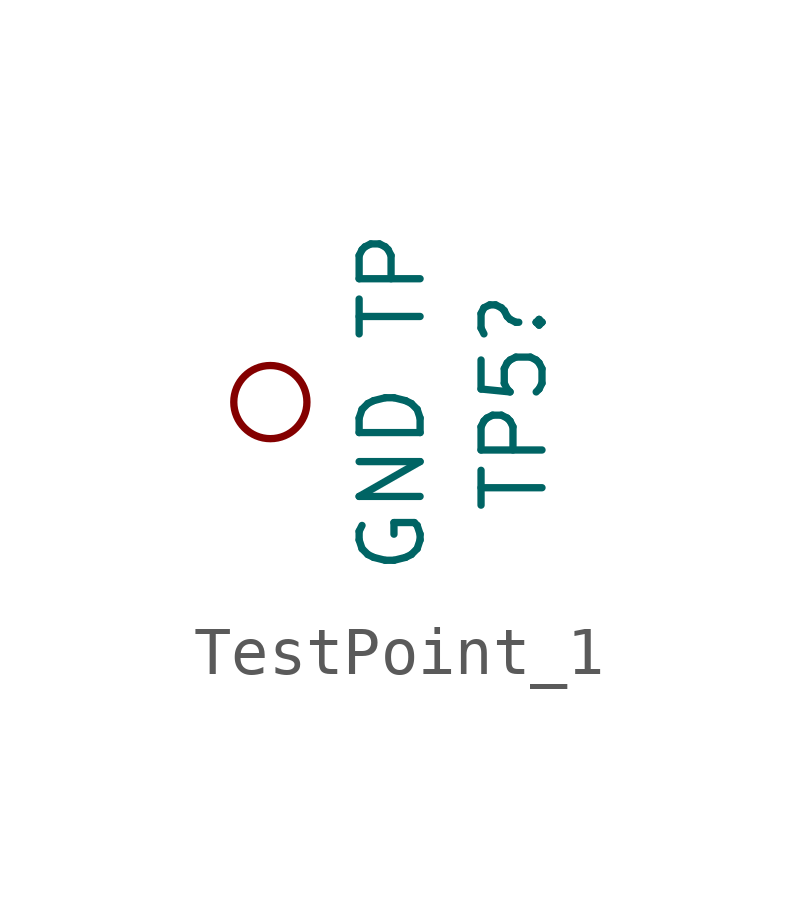
<source format=kicad_sym>
(kicad_symbol_lib
  (version 20220914)
  (generator kicad_symbol_editor)
  (symbol "TestPoint_1"
    (pin_numbers hide)
    (pin_names
      (offset 0.762) hide)
    (property "Reference" "TP5"
      (at 5.08 3.302 90)
      (effects (font (size 1.27 1.27))))
    (property "Value" "GND TP"
      (at 2.54 3.302 90)
      (effects (font (size 1.27 1.27))))
    (property "LCSC" ""
      (at 0 0 0)
      (effects (font (size 1.27 1.27))))
    (symbol "TestPoint_1_0_1"
      (circle (center 0 3.302) (radius 0.762) (stroke (width 0) (type default)) (fill (type none))))
    (symbol "TestPoint_1_1_1"
      (pin passive line (at 0 0 90) (length 2.54) hide (name "1" (effects (font (size 1.27 1.27)))) (number "P$1" (effects (font (size 1.27 1.27))))))))
</source>
